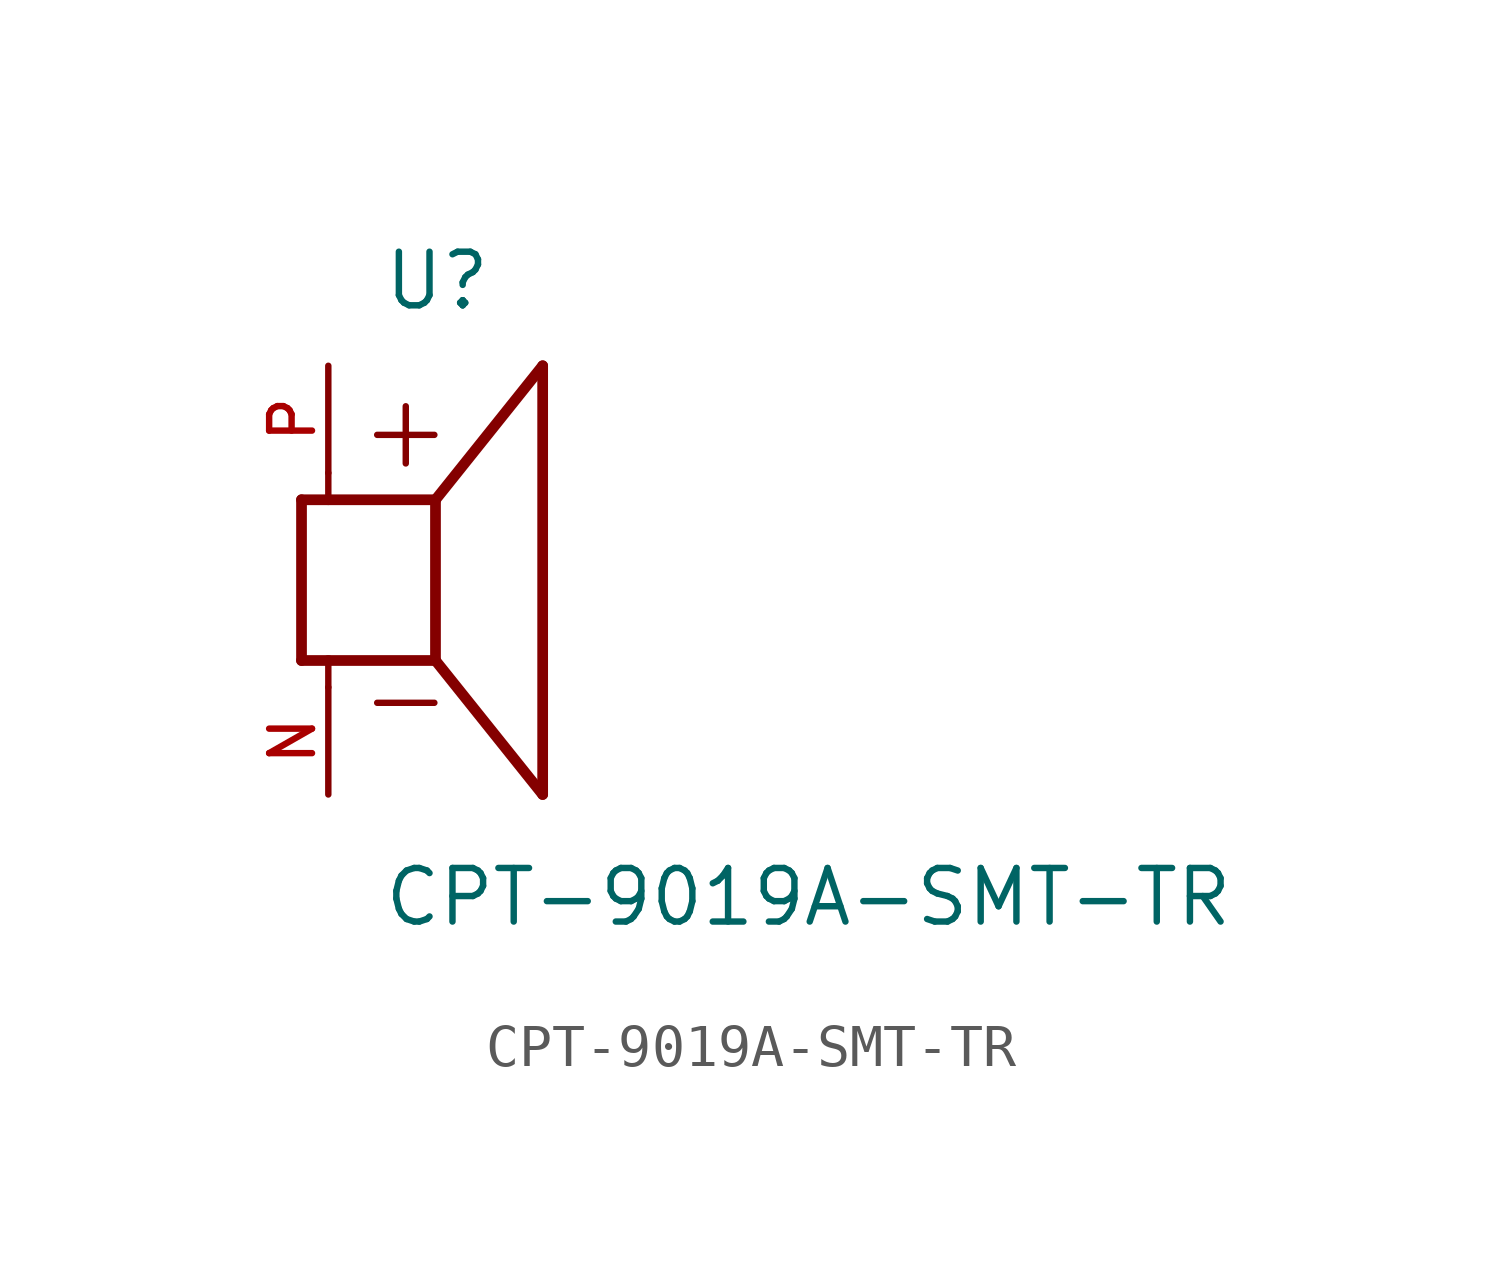
<source format=kicad_sym>
(kicad_symbol_lib
  (version 20211014)
  (generator kicad_symbol_editor)
  (symbol "CPT-9019A-SMT-TR"
    (pin_names
      (offset 1.016))
    (property "Reference" "U"
      (at -1.27 6.35 0)
      (effects (font (size 1.27 1.27)) (justify bottom left)))
    (property "Value" "CPT-9019A-SMT-TR"
      (at -1.27 -8.255 0)
      (effects (font (size 1.27 1.27)) (justify bottom left)))
    (symbol "CPT-9019A-SMT-TR_0_0"
      (polyline (pts (xy -3.175 1.905) (xy -3.175 -1.905)) (stroke (width 0.254)))
      (polyline (pts (xy -3.175 -1.905) (xy -2.54 -1.905)) (stroke (width 0.254)))
      (polyline (pts (xy 0.0 -1.905) (xy 0.0 1.905)) (stroke (width 0.254)))
      (polyline (pts (xy -3.175 1.905) (xy -2.54 1.905)) (stroke (width 0.254)))
      (polyline (pts (xy 0.0 -1.905) (xy 2.54 -5.08)) (stroke (width 0.254)))
      (polyline (pts (xy 2.54 -5.08) (xy 2.54 5.08)) (stroke (width 0.254)))
      (polyline (pts (xy 0.0 1.905) (xy 2.54 5.08)) (stroke (width 0.254)))
      (polyline (pts (xy -2.54 -2.54) (xy -2.54 -1.905)) (stroke (width 0.152)))
      (polyline (pts (xy -2.54 -1.905) (xy 0.0 -1.905)) (stroke (width 0.254)))
      (polyline (pts (xy -2.54 2.54) (xy -2.54 1.905)) (stroke (width 0.152)))
      (polyline (pts (xy -2.54 1.905) (xy 0.0 1.905)) (stroke (width 0.254)))
      (text "+" (at -1.905 2.54 0) (effects (font (size 1.778 1.778)) (justify bottom left)))
      (text "-" (at -1.905 -3.81 0) (effects (font (size 1.778 1.778)) (justify bottom left)))
      (pin passive line (at -2.54 -5.08 90.0) (length 2.54) (name "~" (effects (font (size 1.016 1.016)))) (number "N" (effects (font (size 1.016 1.016)))))
      (pin passive line (at -2.54 5.08 270.0) (length 2.54) (name "~" (effects (font (size 1.016 1.016)))) (number "P" (effects (font (size 1.016 1.016))))))))
</source>
